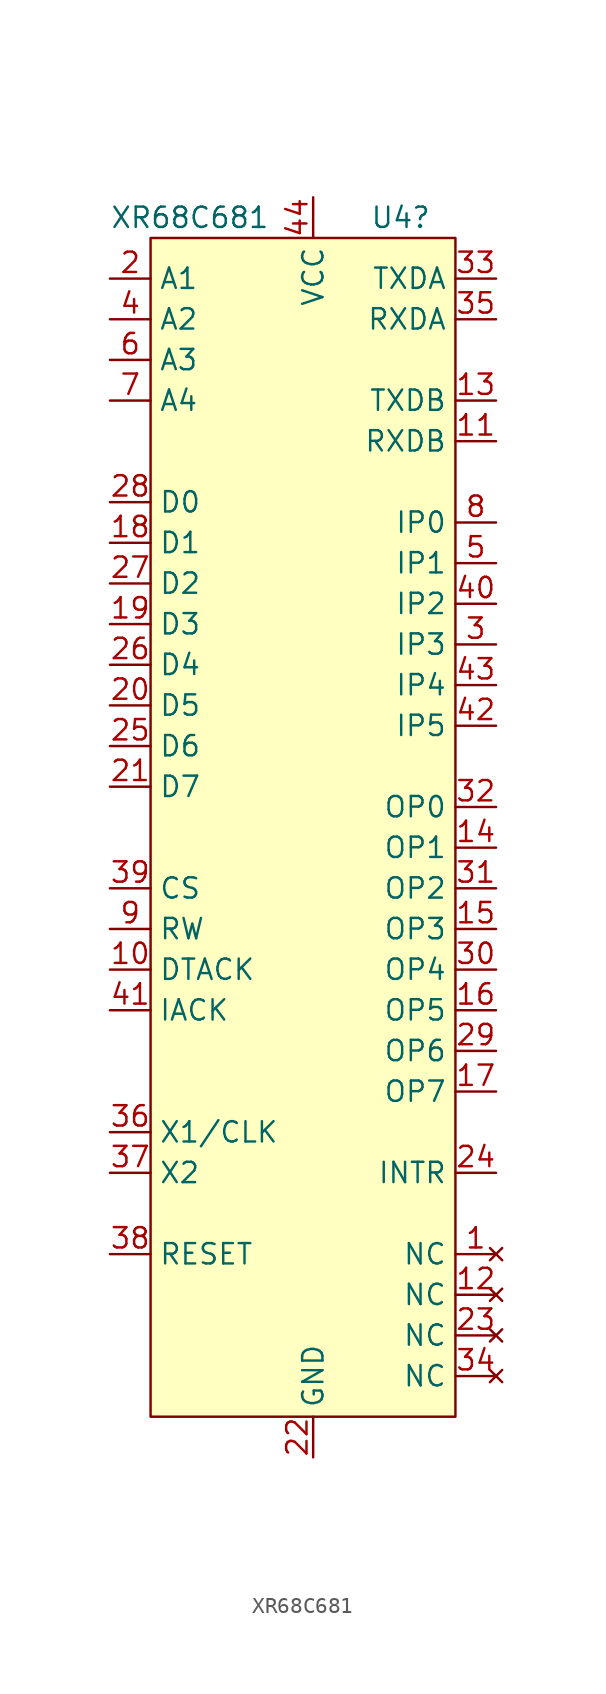
<source format=kicad_sym>
(kicad_symbol_lib
  (version 20231120)
  (generator "kicad_symbol_editor")
  (generator_version "8.0")
  (symbol "XR68C681"
    (property "Reference" "U4"
      (at 3.556 33.02 0)
      (effects (font (size 1.27 1.27)) (justify left)))
    (property "Value" "XR68C681"
      (at -12.7 33.02 0)
      (effects (font (size 1.27 1.27)) (justify left)))
    (symbol "XR68C681_0_1"
      (rectangle (start -10.16 31.75) (end 8.89 -41.91) (stroke (width 0) (type default)) (fill (type background))))
    (symbol "XR68C681_1_1"
      (pin no_connect line (at 11.43 -31.75 180) (length 2.54) (name "NC" (effects (font (size 1.27 1.27)))) (number "1" (effects (font (size 1.27 1.27)))))
      (pin output line (at -12.7 -13.97 0) (length 2.54) (name "DTACK" (effects (font (size 1.27 1.27)))) (number "10" (effects (font (size 1.27 1.27)))))
      (pin output line (at 11.43 19.05 180) (length 2.54) (name "RXDB" (effects (font (size 1.27 1.27)))) (number "11" (effects (font (size 1.27 1.27)))))
      (pin no_connect line (at 11.43 -34.29 180) (length 2.54) (name "NC" (effects (font (size 1.27 1.27)))) (number "12" (effects (font (size 1.27 1.27)))))
      (pin input line (at 11.43 21.59 180) (length 2.54) (name "TXDB" (effects (font (size 1.27 1.27)))) (number "13" (effects (font (size 1.27 1.27)))))
      (pin output line (at 11.43 -6.35 180) (length 2.54) (name "OP1" (effects (font (size 1.27 1.27)))) (number "14" (effects (font (size 1.27 1.27)))))
      (pin output line (at 11.43 -11.43 180) (length 2.54) (name "OP3" (effects (font (size 1.27 1.27)))) (number "15" (effects (font (size 1.27 1.27)))))
      (pin output line (at 11.43 -16.51 180) (length 2.54) (name "OP5" (effects (font (size 1.27 1.27)))) (number "16" (effects (font (size 1.27 1.27)))))
      (pin output line (at 11.43 -21.59 180) (length 2.54) (name "OP7" (effects (font (size 1.27 1.27)))) (number "17" (effects (font (size 1.27 1.27)))))
      (pin bidirectional line (at -12.7 12.7 0) (length 2.54) (name "D1" (effects (font (size 1.27 1.27)))) (number "18" (effects (font (size 1.27 1.27)))))
      (pin bidirectional line (at -12.7 7.62 0) (length 2.54) (name "D3" (effects (font (size 1.27 1.27)))) (number "19" (effects (font (size 1.27 1.27)))))
      (pin input line (at -12.7 29.21 0) (length 2.54) (name "A1" (effects (font (size 1.27 1.27)))) (number "2" (effects (font (size 1.27 1.27)))))
      (pin bidirectional line (at -12.7 2.54 0) (length 2.54) (name "D5" (effects (font (size 1.27 1.27)))) (number "20" (effects (font (size 1.27 1.27)))))
      (pin bidirectional line (at -12.7 -2.54 0) (length 2.54) (name "D7" (effects (font (size 1.27 1.27)))) (number "21" (effects (font (size 1.27 1.27)))))
      (pin power_in line (at 0 -44.45 90) (length 2.54) (name "GND" (effects (font (size 1.27 1.27)))) (number "22" (effects (font (size 1.27 1.27)))))
      (pin no_connect line (at 11.43 -36.83 180) (length 2.54) (name "NC" (effects (font (size 1.27 1.27)))) (number "23" (effects (font (size 1.27 1.27)))))
      (pin output line (at 11.43 -26.67 180) (length 2.54) (name "INTR" (effects (font (size 1.27 1.27)))) (number "24" (effects (font (size 1.27 1.27)))))
      (pin bidirectional line (at -12.7 0 0) (length 2.54) (name "D6" (effects (font (size 1.27 1.27)))) (number "25" (effects (font (size 1.27 1.27)))))
      (pin bidirectional line (at -12.7 5.08 0) (length 2.54) (name "D4" (effects (font (size 1.27 1.27)))) (number "26" (effects (font (size 1.27 1.27)))))
      (pin bidirectional line (at -12.7 10.16 0) (length 2.54) (name "D2" (effects (font (size 1.27 1.27)))) (number "27" (effects (font (size 1.27 1.27)))))
      (pin bidirectional line (at -12.7 15.24 0) (length 2.54) (name "D0" (effects (font (size 1.27 1.27)))) (number "28" (effects (font (size 1.27 1.27)))))
      (pin output line (at 11.43 -19.05 180) (length 2.54) (name "OP6" (effects (font (size 1.27 1.27)))) (number "29" (effects (font (size 1.27 1.27)))))
      (pin input line (at 11.43 6.35 180) (length 2.54) (name "IP3" (effects (font (size 1.27 1.27)))) (number "3" (effects (font (size 1.27 1.27)))))
      (pin output line (at 11.43 -13.97 180) (length 2.54) (name "OP4" (effects (font (size 1.27 1.27)))) (number "30" (effects (font (size 1.27 1.27)))))
      (pin output line (at 11.43 -8.89 180) (length 2.54) (name "OP2" (effects (font (size 1.27 1.27)))) (number "31" (effects (font (size 1.27 1.27)))))
      (pin output line (at 11.43 -3.81 180) (length 2.54) (name "OP0" (effects (font (size 1.27 1.27)))) (number "32" (effects (font (size 1.27 1.27)))))
      (pin input line (at 11.43 29.21 180) (length 2.54) (name "TXDA" (effects (font (size 1.27 1.27)))) (number "33" (effects (font (size 1.27 1.27)))))
      (pin no_connect line (at 11.43 -39.37 180) (length 2.54) (name "NC" (effects (font (size 1.27 1.27)))) (number "34" (effects (font (size 1.27 1.27)))))
      (pin output line (at 11.43 26.67 180) (length 2.54) (name "RXDA" (effects (font (size 1.27 1.27)))) (number "35" (effects (font (size 1.27 1.27)))))
      (pin input line (at -12.7 -24.13 0) (length 2.54) (name "X1/CLK" (effects (font (size 1.27 1.27)))) (number "36" (effects (font (size 1.27 1.27)))))
      (pin input line (at -12.7 -26.67 0) (length 2.54) (name "X2" (effects (font (size 1.27 1.27)))) (number "37" (effects (font (size 1.27 1.27)))))
      (pin input line (at -12.7 -31.75 0) (length 2.54) (name "RESET" (effects (font (size 1.27 1.27)))) (number "38" (effects (font (size 1.27 1.27)))))
      (pin input line (at -12.7 -8.89 0) (length 2.54) (name "CS" (effects (font (size 1.27 1.27)))) (number "39" (effects (font (size 1.27 1.27)))))
      (pin input line (at -12.7 26.67 0) (length 2.54) (name "A2" (effects (font (size 1.27 1.27)))) (number "4" (effects (font (size 1.27 1.27)))))
      (pin input line (at 11.43 8.89 180) (length 2.54) (name "IP2" (effects (font (size 1.27 1.27)))) (number "40" (effects (font (size 1.27 1.27)))))
      (pin input line (at -12.7 -16.51 0) (length 2.54) (name "IACK" (effects (font (size 1.27 1.27)))) (number "41" (effects (font (size 1.27 1.27)))))
      (pin input line (at 11.43 1.27 180) (length 2.54) (name "IP5" (effects (font (size 1.27 1.27)))) (number "42" (effects (font (size 1.27 1.27)))))
      (pin input line (at 11.43 3.81 180) (length 2.54) (name "IP4" (effects (font (size 1.27 1.27)))) (number "43" (effects (font (size 1.27 1.27)))))
      (pin power_in line (at 0 34.29 270) (length 2.54) (name "VCC" (effects (font (size 1.27 1.27)))) (number "44" (effects (font (size 1.27 1.27)))))
      (pin input line (at 11.43 11.43 180) (length 2.54) (name "IP1" (effects (font (size 1.27 1.27)))) (number "5" (effects (font (size 1.27 1.27)))))
      (pin input line (at -12.7 24.13 0) (length 2.54) (name "A3" (effects (font (size 1.27 1.27)))) (number "6" (effects (font (size 1.27 1.27)))))
      (pin input line (at -12.7 21.59 0) (length 2.54) (name "A4" (effects (font (size 1.27 1.27)))) (number "7" (effects (font (size 1.27 1.27)))))
      (pin input line (at 11.43 13.97 180) (length 2.54) (name "IP0" (effects (font (size 1.27 1.27)))) (number "8" (effects (font (size 1.27 1.27)))))
      (pin input line (at -12.7 -11.43 0) (length 2.54) (name "RW" (effects (font (size 1.27 1.27)))) (number "9" (effects (font (size 1.27 1.27))))))))
</source>
